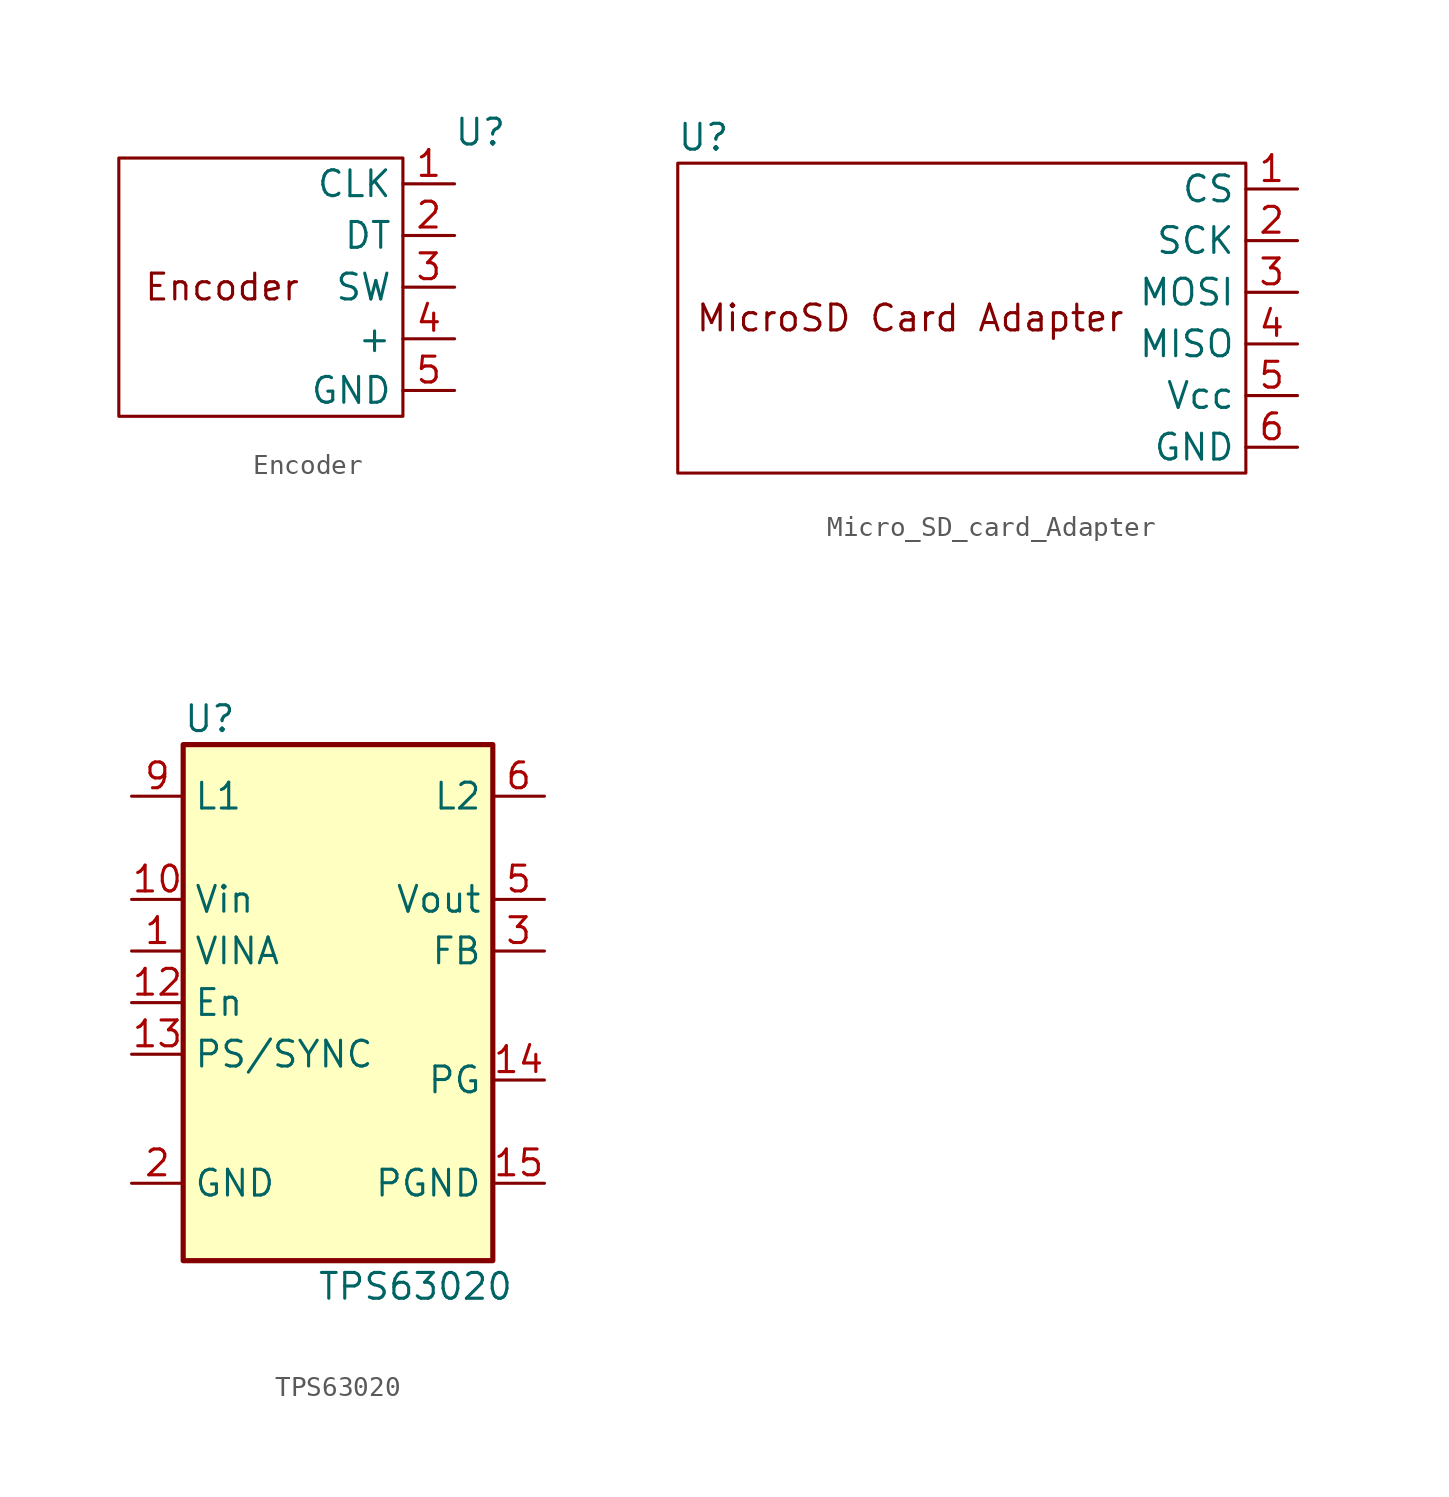
<source format=kicad_sym>
(kicad_symbol_lib
  (version 20220914)
  (generator kicad_symbol_editor)
  (symbol "Encoder"
    (property "Reference" "U"
      (at 1.27 7.62 0)
      (effects (font (size 1.27 1.27))))
    (property "Value" ""
      (at 0 5.08 0)
      (effects (font (size 1.27 1.27))))
    (symbol "Encoder_0_0"
      (pin output line (at 0 5.08 180) (length 2.54) (name "CLK" (effects (font (size 1.27 1.27)))) (number "1" (effects (font (size 1.27 1.27)))))
      (pin output line (at 0 2.54 180) (length 2.54) (name "DT" (effects (font (size 1.27 1.27)))) (number "2" (effects (font (size 1.27 1.27)))))
      (pin output line (at 0 0 180) (length 2.54) (name "SW" (effects (font (size 1.27 1.27)))) (number "3" (effects (font (size 1.27 1.27)))))
      (pin power_in line (at 0 -2.54 180) (length 2.54) (name "+" (effects (font (size 1.27 1.27)))) (number "4" (effects (font (size 1.27 1.27)))))
      (pin power_in line (at 0 -5.08 180) (length 2.54) (name "GND" (effects (font (size 1.27 1.27)))) (number "5" (effects (font (size 1.27 1.27))))))
    (symbol "Encoder_0_1"
      (rectangle (start -16.51 6.35) (end -2.54 -6.35) (stroke (width 0) (type default)) (fill (type none)))
      (text "Encoder" (at -11.43 0 0) (effects (font (size 1.27 1.27))))))
  (symbol "Micro_SD_card_Adapter"
    (property "Reference" "U"
      (at -29.21 8.89 0)
      (effects (font (size 1.27 1.27))))
    (property "Value" ""
      (at 0 6.35 0)
      (effects (font (size 1.27 1.27))))
    (symbol "Micro_SD_card_Adapter_0_0"
      (pin input line (at 0 6.35 180) (length 2.54) (name "CS" (effects (font (size 1.27 1.27)))) (number "1" (effects (font (size 1.27 1.27)))))
      (pin input line (at 0 3.81 180) (length 2.54) (name "SCK" (effects (font (size 1.27 1.27)))) (number "2" (effects (font (size 1.27 1.27)))))
      (pin input line (at 0 1.27 180) (length 2.54) (name "MOSI" (effects (font (size 1.27 1.27)))) (number "3" (effects (font (size 1.27 1.27)))))
      (pin output line (at 0 -1.27 180) (length 2.54) (name "MISO" (effects (font (size 1.27 1.27)))) (number "4" (effects (font (size 1.27 1.27)))))
      (pin power_in line (at 0 -3.81 180) (length 2.54) (name "Vcc" (effects (font (size 1.27 1.27)))) (number "5" (effects (font (size 1.27 1.27)))))
      (pin power_in line (at 0 -6.35 180) (length 2.54) (name "GND" (effects (font (size 1.27 1.27)))) (number "6" (effects (font (size 1.27 1.27))))))
    (symbol "Micro_SD_card_Adapter_0_1"
      (rectangle (start -30.48 7.62) (end -2.54 -7.62) (stroke (width 0) (type default)) (fill (type none)))
      (text "MicroSD Card Adapter" (at -19.05 0 0) (effects (font (size 1.27 1.27))))))
  (symbol "TPS63020"
    (property "Reference" "U"
      (at -34.29 20.32 0)
      (effects (font (size 1.27 1.27)) (justify left)))
    (property "Value" "TPS63020"
      (at -22.86 -7.62 0)
      (effects (font (size 1.27 1.27))))
    (symbol "TPS63020_0_1"
      (rectangle (start -34.29 19.05) (end -19.05 -6.35) (stroke (width 0.254) (type default)) (fill (type background))))
    (symbol "TPS63020_1_0"
      (pin input line (at -36.83 6.35 0) (length 2.54) (name "En" (effects (font (size 1.27 1.27)))) (number "12" (effects (font (size 1.27 1.27)))))
      (pin input line (at -36.83 3.81 0) (length 2.54) (name "PS/SYNC" (effects (font (size 1.27 1.27)))) (number "13" (effects (font (size 1.27 1.27)))))
      (pin output line (at -16.51 2.54 180) (length 2.54) (name "PG" (effects (font (size 1.27 1.27)))) (number "14" (effects (font (size 1.27 1.27)))))
      (pin power_out line (at -16.51 -2.54 180) (length 2.54) (name "PGND" (effects (font (size 1.27 1.27)))) (number "15" (effects (font (size 1.27 1.27))))))
    (symbol "TPS63020_1_1"
      (pin input line (at -36.83 8.89 0) (length 2.54) (name "VINA" (effects (font (size 1.27 1.27)))) (number "1" (effects (font (size 1.27 1.27)))))
      (pin power_in line (at -36.83 11.43 0) (length 2.54) (name "Vin" (effects (font (size 1.27 1.27)))) (number "10" (effects (font (size 1.27 1.27)))))
      (pin power_in line (at -36.83 11.43 0) (length 2.54) hide (name "Vin" (effects (font (size 1.27 1.27)))) (number "11" (effects (font (size 1.27 1.27)))))
      (pin input line (at -36.83 -2.54 0) (length 2.54) (name "GND" (effects (font (size 1.27 1.27)))) (number "2" (effects (font (size 1.27 1.27)))))
      (pin input line (at -16.51 8.89 180) (length 2.54) (name "FB" (effects (font (size 1.27 1.27)))) (number "3" (effects (font (size 1.27 1.27)))))
      (pin power_out line (at -16.51 11.43 180) (length 2.54) hide (name "Vout" (effects (font (size 1.27 1.27)))) (number "4" (effects (font (size 1.27 1.27)))))
      (pin power_out line (at -16.51 11.43 180) (length 2.54) (name "Vout" (effects (font (size 1.27 1.27)))) (number "5" (effects (font (size 1.27 1.27)))))
      (pin input line (at -16.51 16.51 180) (length 2.54) (name "L2" (effects (font (size 1.27 1.27)))) (number "6" (effects (font (size 1.27 1.27)))))
      (pin input line (at -16.51 16.51 180) (length 2.54) hide (name "L2" (effects (font (size 1.27 1.27)))) (number "7" (effects (font (size 1.27 1.27)))))
      (pin input line (at -36.83 16.51 0) (length 2.54) hide (name "L1" (effects (font (size 1.27 1.27)))) (number "8" (effects (font (size 1.27 1.27)))))
      (pin input line (at -36.83 16.51 0) (length 2.54) (name "L1" (effects (font (size 1.27 1.27)))) (number "9" (effects (font (size 1.27 1.27))))))))
</source>
